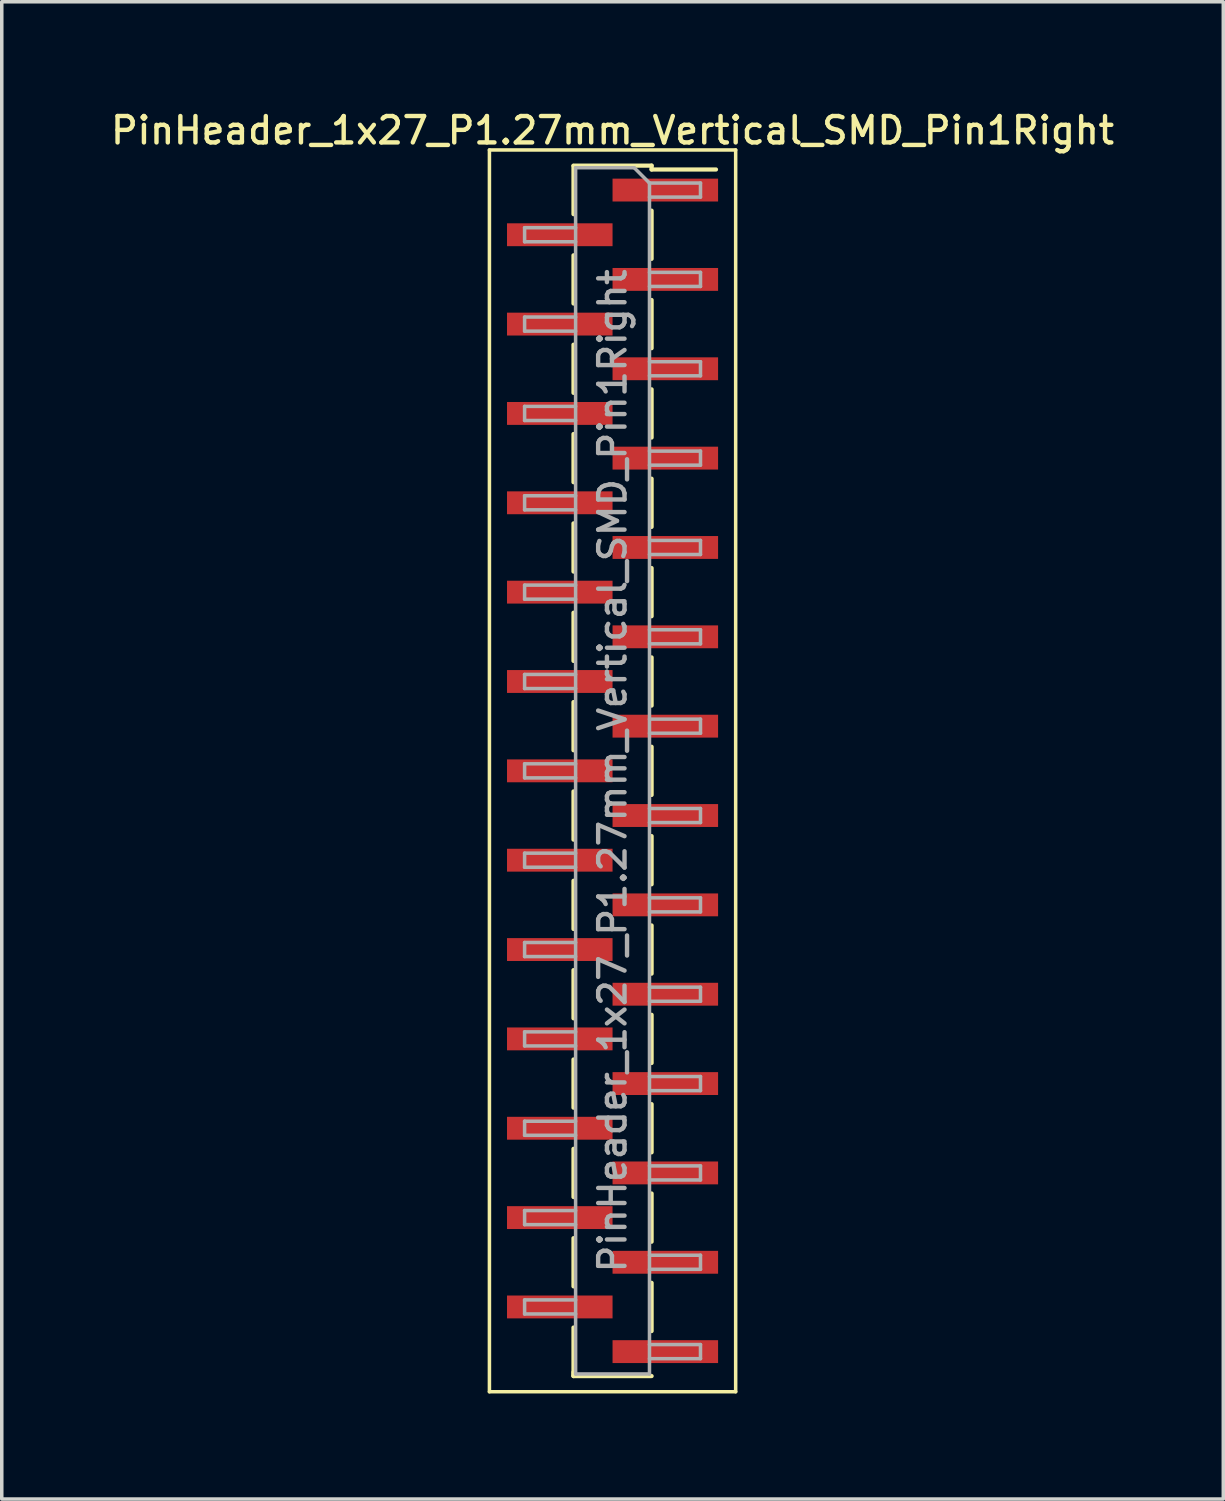
<source format=kicad_pcb>
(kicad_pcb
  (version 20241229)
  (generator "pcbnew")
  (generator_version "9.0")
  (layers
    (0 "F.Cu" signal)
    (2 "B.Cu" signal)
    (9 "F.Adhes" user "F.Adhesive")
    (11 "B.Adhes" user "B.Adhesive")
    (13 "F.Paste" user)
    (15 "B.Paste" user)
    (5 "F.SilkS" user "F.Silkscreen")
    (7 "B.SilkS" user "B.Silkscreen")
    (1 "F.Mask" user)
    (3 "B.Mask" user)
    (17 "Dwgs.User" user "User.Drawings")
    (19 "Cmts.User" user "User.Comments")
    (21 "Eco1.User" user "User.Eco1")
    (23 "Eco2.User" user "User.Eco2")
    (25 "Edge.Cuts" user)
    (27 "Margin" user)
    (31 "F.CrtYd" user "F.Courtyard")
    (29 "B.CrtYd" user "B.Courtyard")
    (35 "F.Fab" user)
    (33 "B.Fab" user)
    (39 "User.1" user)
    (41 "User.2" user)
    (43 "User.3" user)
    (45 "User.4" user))
  (footprint "PinHeader_1x27_P1.27mm_Vertical_SMD_Pin1Right"
    (layer "F.Cu")
    (at 14.363 18.863)
    (property "Reference" "PinHeader_1x27_P1.27mm_Vertical_SMD_Pin1Right" (at 0 -18.205 0) (layer "F.SilkS") (effects (font (size 0.75 0.75) (thickness 0.125))))
    (attr smd)
    (fp_line (start -3.5 -17.65) (end -3.5 17.65) (stroke (width 0.1) (type solid)) (layer "F.SilkS"))
    (fp_line (start -3.5 17.65) (end 3.5 17.65) (stroke (width 0.1) (type solid)) (layer "F.SilkS"))
    (fp_line (start -1.11 -17.205) (end 1.11 -17.205) (stroke (width 0.12) (type solid)) (layer "F.SilkS"))
    (fp_line (start -1.11 -17.195) (end -1.11 -15.825) (stroke (width 0.12) (type solid)) (layer "F.SilkS"))
    (fp_line (start -1.11 -14.655) (end -1.11 -13.285) (stroke (width 0.12) (type solid)) (layer "F.SilkS"))
    (fp_line (start -1.11 -12.115) (end -1.11 -10.745) (stroke (width 0.12) (type solid)) (layer "F.SilkS"))
    (fp_line (start -1.11 -9.575) (end -1.11 -8.205) (stroke (width 0.12) (type solid)) (layer "F.SilkS"))
    (fp_line (start -1.11 -7.035) (end -1.11 -5.665) (stroke (width 0.12) (type solid)) (layer "F.SilkS"))
    (fp_line (start -1.11 -4.495) (end -1.11 -3.125) (stroke (width 0.12) (type solid)) (layer "F.SilkS"))
    (fp_line (start -1.11 -1.955) (end -1.11 -0.585) (stroke (width 0.12) (type solid)) (layer "F.SilkS"))
    (fp_line (start -1.11 0.585) (end -1.11 1.955) (stroke (width 0.12) (type solid)) (layer "F.SilkS"))
    (fp_line (start -1.11 3.125) (end -1.11 4.495) (stroke (width 0.12) (type solid)) (layer "F.SilkS"))
    (fp_line (start -1.11 5.665) (end -1.11 7.035) (stroke (width 0.12) (type solid)) (layer "F.SilkS"))
    (fp_line (start -1.11 8.205) (end -1.11 9.575) (stroke (width 0.12) (type solid)) (layer "F.SilkS"))
    (fp_line (start -1.11 10.745) (end -1.11 12.115) (stroke (width 0.12) (type solid)) (layer "F.SilkS"))
    (fp_line (start -1.11 13.285) (end -1.11 14.655) (stroke (width 0.12) (type solid)) (layer "F.SilkS"))
    (fp_line (start -1.11 15.825) (end -1.11 17.195) (stroke (width 0.12) (type solid)) (layer "F.SilkS"))
    (fp_line (start -1.11 17.095) (end -1.11 17.205) (stroke (width 0.12) (type solid)) (layer "F.SilkS"))
    (fp_line (start -1.11 17.205) (end 1.11 17.205) (stroke (width 0.12) (type solid)) (layer "F.SilkS"))
    (fp_line (start 1.11 -17.205) (end 1.11 -17.095) (stroke (width 0.12) (type solid)) (layer "F.SilkS"))
    (fp_line (start 1.11 -17.095) (end 2.94 -17.095) (stroke (width 0.12) (type solid)) (layer "F.SilkS"))
    (fp_line (start 1.11 -15.925) (end 1.11 -14.555) (stroke (width 0.12) (type solid)) (layer "F.SilkS"))
    (fp_line (start 1.11 -13.385) (end 1.11 -12.015) (stroke (width 0.12) (type solid)) (layer "F.SilkS"))
    (fp_line (start 1.11 -10.845) (end 1.11 -9.475) (stroke (width 0.12) (type solid)) (layer "F.SilkS"))
    (fp_line (start 1.11 -8.305) (end 1.11 -6.935) (stroke (width 0.12) (type solid)) (layer "F.SilkS"))
    (fp_line (start 1.11 -5.765) (end 1.11 -4.395) (stroke (width 0.12) (type solid)) (layer "F.SilkS"))
    (fp_line (start 1.11 -3.225) (end 1.11 -1.855) (stroke (width 0.12) (type solid)) (layer "F.SilkS"))
    (fp_line (start 1.11 -0.685) (end 1.11 0.685) (stroke (width 0.12) (type solid)) (layer "F.SilkS"))
    (fp_line (start 1.11 1.855) (end 1.11 3.225) (stroke (width 0.12) (type solid)) (layer "F.SilkS"))
    (fp_line (start 1.11 4.395) (end 1.11 5.765) (stroke (width 0.12) (type solid)) (layer "F.SilkS"))
    (fp_line (start 1.11 6.935) (end 1.11 8.305) (stroke (width 0.12) (type solid)) (layer "F.SilkS"))
    (fp_line (start 1.11 9.475) (end 1.11 10.845) (stroke (width 0.12) (type solid)) (layer "F.SilkS"))
    (fp_line (start 1.11 12.015) (end 1.11 13.385) (stroke (width 0.12) (type solid)) (layer "F.SilkS"))
    (fp_line (start 1.11 14.555) (end 1.11 15.925) (stroke (width 0.12) (type solid)) (layer "F.SilkS"))
    (fp_line (start 3.5 -17.65) (end -3.5 -17.65) (stroke (width 0.1) (type solid)) (layer "F.SilkS"))
    (fp_line (start 3.5 17.65) (end 3.5 -17.65) (stroke (width 0.1) (type solid)) (layer "F.SilkS"))
    (fp_line (start -2.5 -15.44) (end -2.5 -15.04) (stroke (width 0.1) (type solid)) (layer "F.Fab"))
    (fp_line (start -2.5 -15.04) (end -1.05 -15.04) (stroke (width 0.1) (type solid)) (layer "F.Fab"))
    (fp_line (start -2.5 -12.9) (end -2.5 -12.5) (stroke (width 0.1) (type solid)) (layer "F.Fab"))
    (fp_line (start -2.5 -12.5) (end -1.05 -12.5) (stroke (width 0.1) (type solid)) (layer "F.Fab"))
    (fp_line (start -2.5 -10.36) (end -2.5 -9.96) (stroke (width 0.1) (type solid)) (layer "F.Fab"))
    (fp_line (start -2.5 -9.96) (end -1.05 -9.96) (stroke (width 0.1) (type solid)) (layer "F.Fab"))
    (fp_line (start -2.5 -7.82) (end -2.5 -7.42) (stroke (width 0.1) (type solid)) (layer "F.Fab"))
    (fp_line (start -2.5 -7.42) (end -1.05 -7.42) (stroke (width 0.1) (type solid)) (layer "F.Fab"))
    (fp_line (start -2.5 -5.28) (end -2.5 -4.88) (stroke (width 0.1) (type solid)) (layer "F.Fab"))
    (fp_line (start -2.5 -4.88) (end -1.05 -4.88) (stroke (width 0.1) (type solid)) (layer "F.Fab"))
    (fp_line (start -2.5 -2.74) (end -2.5 -2.34) (stroke (width 0.1) (type solid)) (layer "F.Fab"))
    (fp_line (start -2.5 -2.34) (end -1.05 -2.34) (stroke (width 0.1) (type solid)) (layer "F.Fab"))
    (fp_line (start -2.5 -0.2) (end -2.5 0.2) (stroke (width 0.1) (type solid)) (layer "F.Fab"))
    (fp_line (start -2.5 0.2) (end -1.05 0.2) (stroke (width 0.1) (type solid)) (layer "F.Fab"))
    (fp_line (start -2.5 2.34) (end -2.5 2.74) (stroke (width 0.1) (type solid)) (layer "F.Fab"))
    (fp_line (start -2.5 2.74) (end -1.05 2.74) (stroke (width 0.1) (type solid)) (layer "F.Fab"))
    (fp_line (start -2.5 4.88) (end -2.5 5.28) (stroke (width 0.1) (type solid)) (layer "F.Fab"))
    (fp_line (start -2.5 5.28) (end -1.05 5.28) (stroke (width 0.1) (type solid)) (layer "F.Fab"))
    (fp_line (start -2.5 7.42) (end -2.5 7.82) (stroke (width 0.1) (type solid)) (layer "F.Fab"))
    (fp_line (start -2.5 7.82) (end -1.05 7.82) (stroke (width 0.1) (type solid)) (layer "F.Fab"))
    (fp_line (start -2.5 9.96) (end -2.5 10.36) (stroke (width 0.1) (type solid)) (layer "F.Fab"))
    (fp_line (start -2.5 10.36) (end -1.05 10.36) (stroke (width 0.1) (type solid)) (layer "F.Fab"))
    (fp_line (start -2.5 12.5) (end -2.5 12.9) (stroke (width 0.1) (type solid)) (layer "F.Fab"))
    (fp_line (start -2.5 12.9) (end -1.05 12.9) (stroke (width 0.1) (type solid)) (layer "F.Fab"))
    (fp_line (start -2.5 15.04) (end -2.5 15.44) (stroke (width 0.1) (type solid)) (layer "F.Fab"))
    (fp_line (start -2.5 15.44) (end -1.05 15.44) (stroke (width 0.1) (type solid)) (layer "F.Fab"))
    (fp_line (start -1.05 -17.145) (end -1.05 17.145) (stroke (width 0.1) (type solid)) (layer "F.Fab"))
    (fp_line (start -1.05 -17.145) (end 0.615 -17.145) (stroke (width 0.1) (type solid)) (layer "F.Fab"))
    (fp_line (start -1.05 -15.44) (end -2.5 -15.44) (stroke (width 0.1) (type solid)) (layer "F.Fab"))
    (fp_line (start -1.05 -12.9) (end -2.5 -12.9) (stroke (width 0.1) (type solid)) (layer "F.Fab"))
    (fp_line (start -1.05 -10.36) (end -2.5 -10.36) (stroke (width 0.1) (type solid)) (layer "F.Fab"))
    (fp_line (start -1.05 -7.82) (end -2.5 -7.82) (stroke (width 0.1) (type solid)) (layer "F.Fab"))
    (fp_line (start -1.05 -5.28) (end -2.5 -5.28) (stroke (width 0.1) (type solid)) (layer "F.Fab"))
    (fp_line (start -1.05 -2.74) (end -2.5 -2.74) (stroke (width 0.1) (type solid)) (layer "F.Fab"))
    (fp_line (start -1.05 -0.2) (end -2.5 -0.2) (stroke (width 0.1) (type solid)) (layer "F.Fab"))
    (fp_line (start -1.05 2.34) (end -2.5 2.34) (stroke (width 0.1) (type solid)) (layer "F.Fab"))
    (fp_line (start -1.05 4.88) (end -2.5 4.88) (stroke (width 0.1) (type solid)) (layer "F.Fab"))
    (fp_line (start -1.05 7.42) (end -2.5 7.42) (stroke (width 0.1) (type solid)) (layer "F.Fab"))
    (fp_line (start -1.05 9.96) (end -2.5 9.96) (stroke (width 0.1) (type solid)) (layer "F.Fab"))
    (fp_line (start -1.05 12.5) (end -2.5 12.5) (stroke (width 0.1) (type solid)) (layer "F.Fab"))
    (fp_line (start -1.05 15.04) (end -2.5 15.04) (stroke (width 0.1) (type solid)) (layer "F.Fab"))
    (fp_line (start 1.05 -16.71) (end 0.615 -17.145) (stroke (width 0.1) (type solid)) (layer "F.Fab"))
    (fp_line (start 1.05 -16.71) (end 2.5 -16.71) (stroke (width 0.1) (type solid)) (layer "F.Fab"))
    (fp_line (start 1.05 -14.17) (end 2.5 -14.17) (stroke (width 0.1) (type solid)) (layer "F.Fab"))
    (fp_line (start 1.05 -11.63) (end 2.5 -11.63) (stroke (width 0.1) (type solid)) (layer "F.Fab"))
    (fp_line (start 1.05 -9.09) (end 2.5 -9.09) (stroke (width 0.1) (type solid)) (layer "F.Fab"))
    (fp_line (start 1.05 -6.55) (end 2.5 -6.55) (stroke (width 0.1) (type solid)) (layer "F.Fab"))
    (fp_line (start 1.05 -4.01) (end 2.5 -4.01) (stroke (width 0.1) (type solid)) (layer "F.Fab"))
    (fp_line (start 1.05 -1.47) (end 2.5 -1.47) (stroke (width 0.1) (type solid)) (layer "F.Fab"))
    (fp_line (start 1.05 1.07) (end 2.5 1.07) (stroke (width 0.1) (type solid)) (layer "F.Fab"))
    (fp_line (start 1.05 3.61) (end 2.5 3.61) (stroke (width 0.1) (type solid)) (layer "F.Fab"))
    (fp_line (start 1.05 6.15) (end 2.5 6.15) (stroke (width 0.1) (type solid)) (layer "F.Fab"))
    (fp_line (start 1.05 8.69) (end 2.5 8.69) (stroke (width 0.1) (type solid)) (layer "F.Fab"))
    (fp_line (start 1.05 11.23) (end 2.5 11.23) (stroke (width 0.1) (type solid)) (layer "F.Fab"))
    (fp_line (start 1.05 13.77) (end 2.5 13.77) (stroke (width 0.1) (type solid)) (layer "F.Fab"))
    (fp_line (start 1.05 16.31) (end 2.5 16.31) (stroke (width 0.1) (type solid)) (layer "F.Fab"))
    (fp_line (start 1.05 17.145) (end -1.05 17.145) (stroke (width 0.1) (type solid)) (layer "F.Fab"))
    (fp_line (start 1.05 17.145) (end 1.05 -16.71) (stroke (width 0.1) (type solid)) (layer "F.Fab"))
    (fp_line (start 2.5 -16.71) (end 2.5 -16.31) (stroke (width 0.1) (type solid)) (layer "F.Fab"))
    (fp_line (start 2.5 -16.31) (end 1.05 -16.31) (stroke (width 0.1) (type solid)) (layer "F.Fab"))
    (fp_line (start 2.5 -14.17) (end 2.5 -13.77) (stroke (width 0.1) (type solid)) (layer "F.Fab"))
    (fp_line (start 2.5 -13.77) (end 1.05 -13.77) (stroke (width 0.1) (type solid)) (layer "F.Fab"))
    (fp_line (start 2.5 -11.63) (end 2.5 -11.23) (stroke (width 0.1) (type solid)) (layer "F.Fab"))
    (fp_line (start 2.5 -11.23) (end 1.05 -11.23) (stroke (width 0.1) (type solid)) (layer "F.Fab"))
    (fp_line (start 2.5 -9.09) (end 2.5 -8.69) (stroke (width 0.1) (type solid)) (layer "F.Fab"))
    (fp_line (start 2.5 -8.69) (end 1.05 -8.69) (stroke (width 0.1) (type solid)) (layer "F.Fab"))
    (fp_line (start 2.5 -6.55) (end 2.5 -6.15) (stroke (width 0.1) (type solid)) (layer "F.Fab"))
    (fp_line (start 2.5 -6.15) (end 1.05 -6.15) (stroke (width 0.1) (type solid)) (layer "F.Fab"))
    (fp_line (start 2.5 -4.01) (end 2.5 -3.61) (stroke (width 0.1) (type solid)) (layer "F.Fab"))
    (fp_line (start 2.5 -3.61) (end 1.05 -3.61) (stroke (width 0.1) (type solid)) (layer "F.Fab"))
    (fp_line (start 2.5 -1.47) (end 2.5 -1.07) (stroke (width 0.1) (type solid)) (layer "F.Fab"))
    (fp_line (start 2.5 -1.07) (end 1.05 -1.07) (stroke (width 0.1) (type solid)) (layer "F.Fab"))
    (fp_line (start 2.5 1.07) (end 2.5 1.47) (stroke (width 0.1) (type solid)) (layer "F.Fab"))
    (fp_line (start 2.5 1.47) (end 1.05 1.47) (stroke (width 0.1) (type solid)) (layer "F.Fab"))
    (fp_line (start 2.5 3.61) (end 2.5 4.01) (stroke (width 0.1) (type solid)) (layer "F.Fab"))
    (fp_line (start 2.5 4.01) (end 1.05 4.01) (stroke (width 0.1) (type solid)) (layer "F.Fab"))
    (fp_line (start 2.5 6.15) (end 2.5 6.55) (stroke (width 0.1) (type solid)) (layer "F.Fab"))
    (fp_line (start 2.5 6.55) (end 1.05 6.55) (stroke (width 0.1) (type solid)) (layer "F.Fab"))
    (fp_line (start 2.5 8.69) (end 2.5 9.09) (stroke (width 0.1) (type solid)) (layer "F.Fab"))
    (fp_line (start 2.5 9.09) (end 1.05 9.09) (stroke (width 0.1) (type solid)) (layer "F.Fab"))
    (fp_line (start 2.5 11.23) (end 2.5 11.63) (stroke (width 0.1) (type solid)) (layer "F.Fab"))
    (fp_line (start 2.5 11.63) (end 1.05 11.63) (stroke (width 0.1) (type solid)) (layer "F.Fab"))
    (fp_line (start 2.5 13.77) (end 2.5 14.17) (stroke (width 0.1) (type solid)) (layer "F.Fab"))
    (fp_line (start 2.5 14.17) (end 1.05 14.17) (stroke (width 0.1) (type solid)) (layer "F.Fab"))
    (fp_line (start 2.5 16.31) (end 2.5 16.71) (stroke (width 0.1) (type solid)) (layer "F.Fab"))
    (fp_line (start 2.5 16.71) (end 1.05 16.71) (stroke (width 0.1) (type solid)) (layer "F.Fab"))
    (fp_text user "${REFERENCE}" (at 0 0 90) (layer "F.Fab") (effects (font (size 0.75 0.75) (thickness 0.125))))
    (pad "1" smd rect (at 1.5 -16.51) (size 3 0.65) (layers "F.Cu" "F.Mask" "F.Paste"))
    (pad "2" smd rect (at -1.5 -15.24) (size 3 0.65) (layers "F.Cu" "F.Mask" "F.Paste"))
    (pad "3" smd rect (at 1.5 -13.97) (size 3 0.65) (layers "F.Cu" "F.Mask" "F.Paste"))
    (pad "4" smd rect (at -1.5 -12.7) (size 3 0.65) (layers "F.Cu" "F.Mask" "F.Paste"))
    (pad "5" smd rect (at 1.5 -11.43) (size 3 0.65) (layers "F.Cu" "F.Mask" "F.Paste"))
    (pad "6" smd rect (at -1.5 -10.16) (size 3 0.65) (layers "F.Cu" "F.Mask" "F.Paste"))
    (pad "7" smd rect (at 1.5 -8.89) (size 3 0.65) (layers "F.Cu" "F.Mask" "F.Paste"))
    (pad "8" smd rect (at -1.5 -7.62) (size 3 0.65) (layers "F.Cu" "F.Mask" "F.Paste"))
    (pad "9" smd rect (at 1.5 -6.35) (size 3 0.65) (layers "F.Cu" "F.Mask" "F.Paste"))
    (pad "10" smd rect (at -1.5 -5.08) (size 3 0.65) (layers "F.Cu" "F.Mask" "F.Paste"))
    (pad "11" smd rect (at 1.5 -3.81) (size 3 0.65) (layers "F.Cu" "F.Mask" "F.Paste"))
    (pad "12" smd rect (at -1.5 -2.54) (size 3 0.65) (layers "F.Cu" "F.Mask" "F.Paste"))
    (pad "13" smd rect (at 1.5 -1.27) (size 3 0.65) (layers "F.Cu" "F.Mask" "F.Paste"))
    (pad "14" smd rect (at -1.5 0) (size 3 0.65) (layers "F.Cu" "F.Mask" "F.Paste"))
    (pad "15" smd rect (at 1.5 1.27) (size 3 0.65) (layers "F.Cu" "F.Mask" "F.Paste"))
    (pad "16" smd rect (at -1.5 2.54) (size 3 0.65) (layers "F.Cu" "F.Mask" "F.Paste"))
    (pad "17" smd rect (at 1.5 3.81) (size 3 0.65) (layers "F.Cu" "F.Mask" "F.Paste"))
    (pad "18" smd rect (at -1.5 5.08) (size 3 0.65) (layers "F.Cu" "F.Mask" "F.Paste"))
    (pad "19" smd rect (at 1.5 6.35) (size 3 0.65) (layers "F.Cu" "F.Mask" "F.Paste"))
    (pad "20" smd rect (at -1.5 7.62) (size 3 0.65) (layers "F.Cu" "F.Mask" "F.Paste"))
    (pad "21" smd rect (at 1.5 8.89) (size 3 0.65) (layers "F.Cu" "F.Mask" "F.Paste"))
    (pad "22" smd rect (at -1.5 10.16) (size 3 0.65) (layers "F.Cu" "F.Mask" "F.Paste"))
    (pad "23" smd rect (at 1.5 11.43) (size 3 0.65) (layers "F.Cu" "F.Mask" "F.Paste"))
    (pad "24" smd rect (at -1.5 12.7) (size 3 0.65) (layers "F.Cu" "F.Mask" "F.Paste"))
    (pad "25" smd rect (at 1.5 13.97) (size 3 0.65) (layers "F.Cu" "F.Mask" "F.Paste"))
    (pad "26" smd rect (at -1.5 15.24) (size 3 0.65) (layers "F.Cu" "F.Mask" "F.Paste"))
    (pad "27" smd rect (at 1.5 16.51) (size 3 0.65) (layers "F.Cu" "F.Mask" "F.Paste")))
  (gr_rect
    (start -3 -3)
    (end 31.725 39.563)
    (stroke (width 0.1) (type default))
    (fill no)
    (layer "Edge.Cuts")))
</source>
